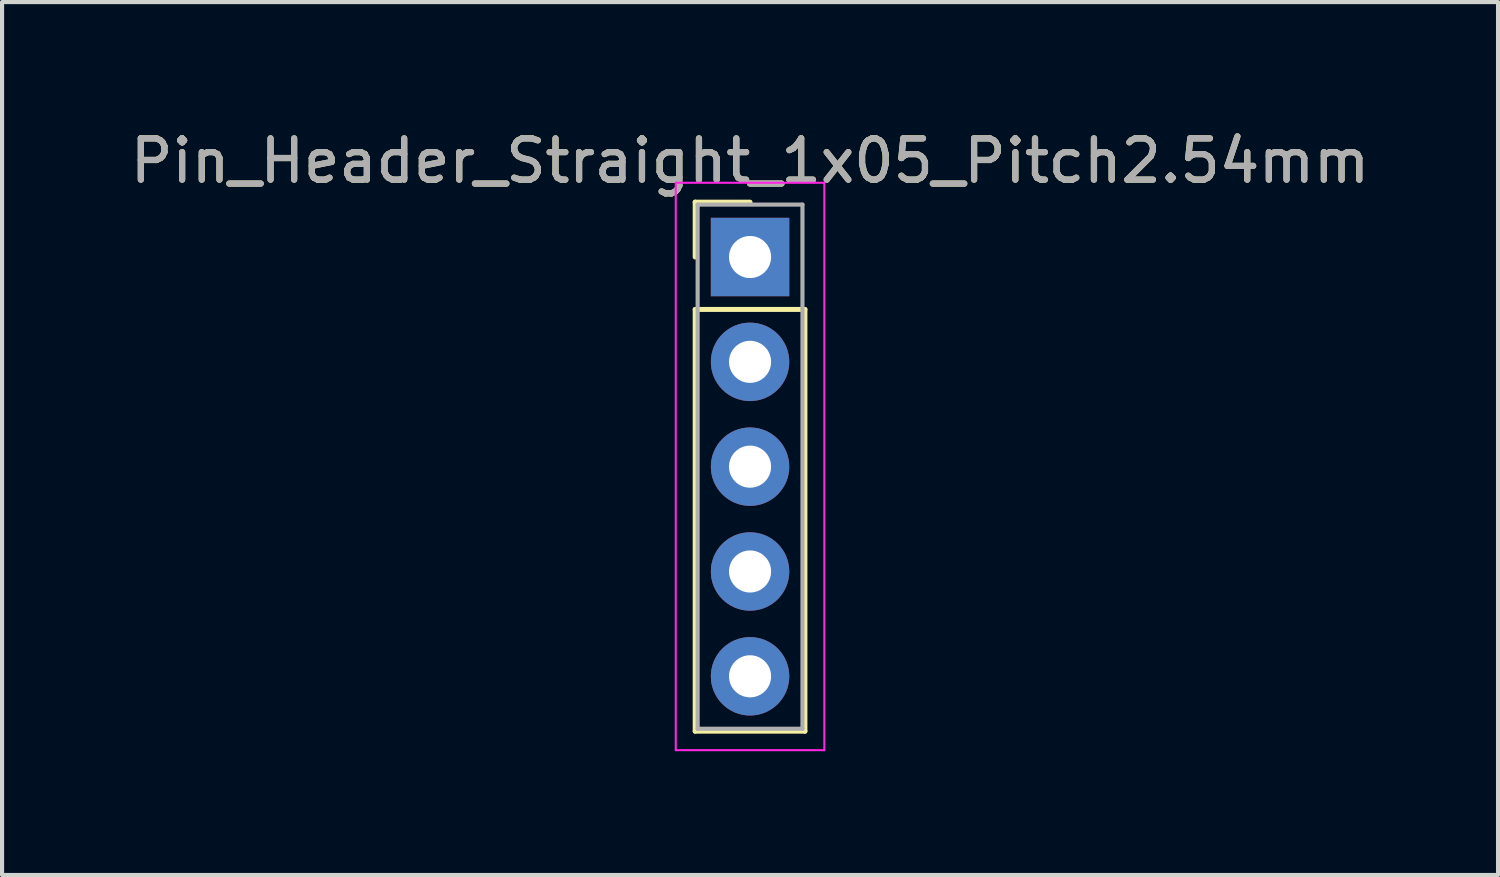
<source format=kicad_pcb>
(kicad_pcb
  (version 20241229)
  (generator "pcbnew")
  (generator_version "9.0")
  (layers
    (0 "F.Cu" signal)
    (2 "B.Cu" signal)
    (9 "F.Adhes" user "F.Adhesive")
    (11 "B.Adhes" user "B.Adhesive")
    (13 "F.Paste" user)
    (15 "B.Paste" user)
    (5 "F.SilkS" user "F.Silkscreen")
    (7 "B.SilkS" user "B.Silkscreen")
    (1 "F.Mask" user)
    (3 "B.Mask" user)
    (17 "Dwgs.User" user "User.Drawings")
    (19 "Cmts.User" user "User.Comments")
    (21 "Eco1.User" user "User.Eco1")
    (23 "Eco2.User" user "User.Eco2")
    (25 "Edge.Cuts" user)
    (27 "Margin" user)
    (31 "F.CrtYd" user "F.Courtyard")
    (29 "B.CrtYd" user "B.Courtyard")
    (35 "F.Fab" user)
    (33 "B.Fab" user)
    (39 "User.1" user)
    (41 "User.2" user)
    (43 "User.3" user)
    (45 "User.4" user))
  (footprint "Pin_Header_Straight_1x05_Pitch2.54mm"
    (layer "F.Cu")
    (at 15.125 3.178)
    (property "Reference" "Pin_Header_Straight_1x05_Pitch2.54mm" (at 0 -2.33 0) (layer "F.Fab") (effects (font (size 1 1) (thickness 0.15))))
    (attr through_hole)
    (fp_line (start -1.33 -1.33) (end 0 -1.33) (stroke (width 0.12) (type solid)) (layer "F.SilkS"))
    (fp_line (start -1.33 0) (end -1.33 -1.33) (stroke (width 0.12) (type solid)) (layer "F.SilkS"))
    (fp_line (start -1.33 1.27) (end -1.33 11.49) (stroke (width 0.12) (type solid)) (layer "F.SilkS"))
    (fp_line (start -1.33 11.49) (end 1.33 11.49) (stroke (width 0.12) (type solid)) (layer "F.SilkS"))
    (fp_line (start 1.33 1.27) (end -1.33 1.27) (stroke (width 0.12) (type solid)) (layer "F.SilkS"))
    (fp_line (start 1.33 11.49) (end 1.33 1.27) (stroke (width 0.12) (type solid)) (layer "F.SilkS"))
    (fp_line (start -1.8 -1.8) (end -1.8 11.95) (stroke (width 0.05) (type solid)) (layer "F.CrtYd"))
    (fp_line (start -1.8 11.95) (end 1.8 11.95) (stroke (width 0.05) (type solid)) (layer "F.CrtYd"))
    (fp_line (start 1.8 -1.8) (end -1.8 -1.8) (stroke (width 0.05) (type solid)) (layer "F.CrtYd"))
    (fp_line (start 1.8 11.95) (end 1.8 -1.8) (stroke (width 0.05) (type solid)) (layer "F.CrtYd"))
    (fp_line (start -1.27 -1.27) (end -1.27 11.43) (stroke (width 0.1) (type solid)) (layer "F.Fab"))
    (fp_line (start -1.27 11.43) (end 1.27 11.43) (stroke (width 0.1) (type solid)) (layer "F.Fab"))
    (fp_line (start 1.27 -1.27) (end -1.27 -1.27) (stroke (width 0.1) (type solid)) (layer "F.Fab"))
    (fp_line (start 1.27 11.43) (end 1.27 -1.27) (stroke (width 0.1) (type solid)) (layer "F.Fab"))
    (fp_text user "${REFERENCE}" (at 0 -2.33 0) (layer "F.SilkS") (effects (font (size 1 1) (thickness 0.15))))
    (fp_text user "${REFERENCE}" (at 0 -1.524 0) (layer "Eco1.User") (effects (font (size 0.3 0.3) (thickness 0.03))))
    (pad "1" thru_hole rect (at 0 0) (size 1.9 1.9) (drill 1.02) (layers "*.Cu" "*.Mask"))
    (pad "2" thru_hole circle (at 0 2.54) (size 1.9 1.9) (drill 1.02) (layers "*.Cu" "*.Mask"))
    (pad "3" thru_hole circle (at 0 5.08) (size 1.9 1.9) (drill 1.02) (layers "*.Cu" "*.Mask"))
    (pad "4" thru_hole circle (at 0 7.62) (size 1.9 1.9) (drill 1.02) (layers "*.Cu" "*.Mask"))
    (pad "5" thru_hole circle (at 0 10.16) (size 1.9 1.9) (drill 1.02) (layers "*.Cu" "*.Mask")))
  (gr_rect
    (start -3 -3)
    (end 33.25 18.153)
    (stroke (width 0.1) (type default))
    (fill no)
    (layer "Edge.Cuts")))
</source>
